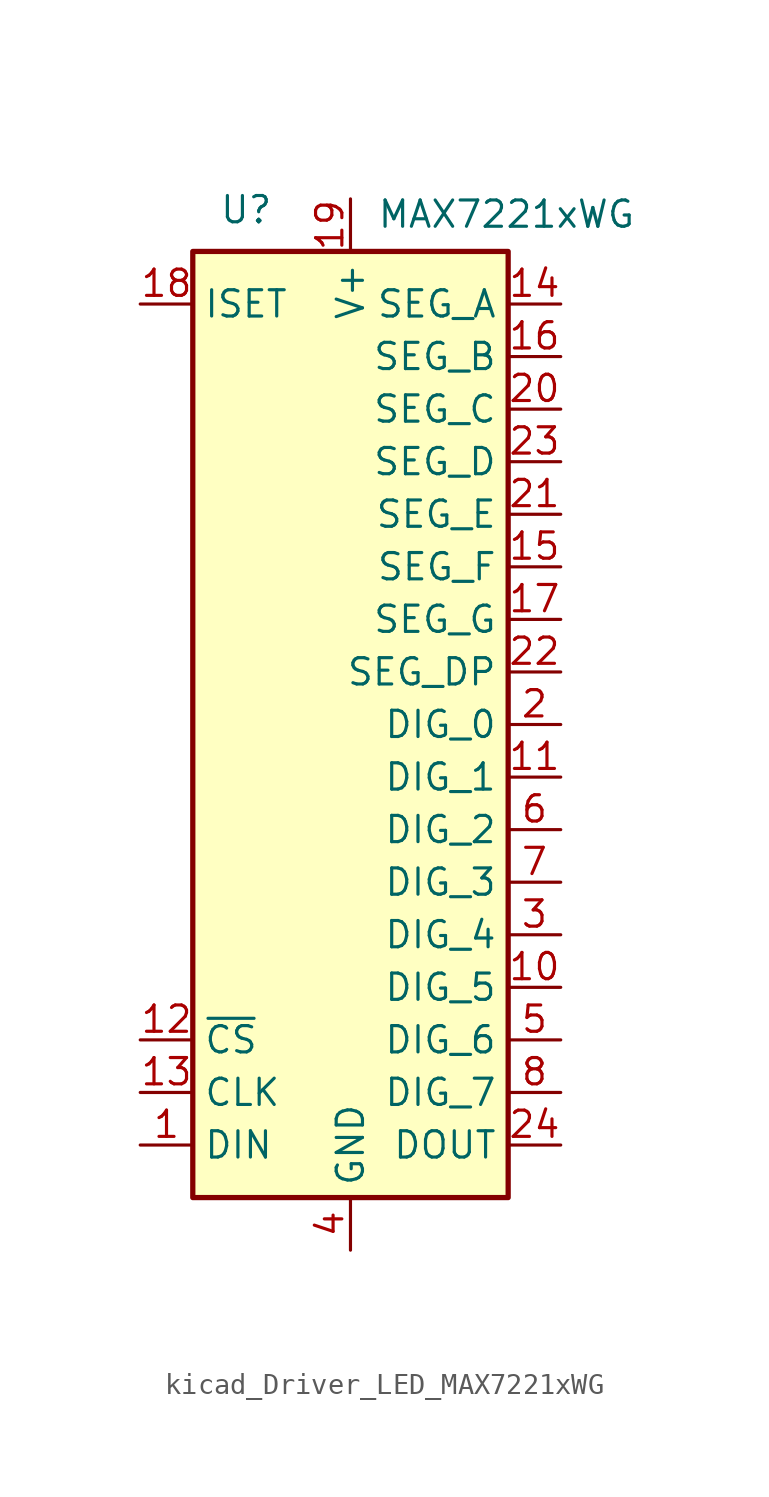
<source format=kicad_sym>
(kicad_symbol_lib
  (version 20220914)
  (generator kicad_symbol_editor)
  (symbol "kicad_Driver_LED_MAX7221xWG"
    (property "Reference" "U"
      (at -6.35 24.13 0)
      (effects (font (size 1.27 1.27)) (justify left bottom)))
    (property "Value" "MAX7221xWG"
      (at 1.27 25.4 0)
      (effects (font (size 1.27 1.27)) (justify left top)))
    (symbol "kicad_Driver_LED_MAX7221xWG_0_1"
      (rectangle (start -7.62 22.86) (end 7.62 -22.86) (stroke (width 0.254) (type default)) (fill (type background))))
    (symbol "kicad_Driver_LED_MAX7221xWG_1_1"
      (pin input line (at -10.16 -20.32 0) (length 2.54) (name "DIN" (effects (font (size 1.27 1.27)))) (number "1" (effects (font (size 1.27 1.27)))))
      (pin open_collector line (at 10.16 -12.7 180) (length 2.54) (name "DIG_5" (effects (font (size 1.27 1.27)))) (number "10" (effects (font (size 1.27 1.27)))))
      (pin open_collector line (at 10.16 -2.54 180) (length 2.54) (name "DIG_1" (effects (font (size 1.27 1.27)))) (number "11" (effects (font (size 1.27 1.27)))))
      (pin input line (at -10.16 -15.24 0) (length 2.54) (name "~{CS}" (effects (font (size 1.27 1.27)))) (number "12" (effects (font (size 1.27 1.27)))))
      (pin input line (at -10.16 -17.78 0) (length 2.54) (name "CLK" (effects (font (size 1.27 1.27)))) (number "13" (effects (font (size 1.27 1.27)))))
      (pin open_emitter line (at 10.16 20.32 180) (length 2.54) (name "SEG_A" (effects (font (size 1.27 1.27)))) (number "14" (effects (font (size 1.27 1.27)))))
      (pin open_emitter line (at 10.16 7.62 180) (length 2.54) (name "SEG_F" (effects (font (size 1.27 1.27)))) (number "15" (effects (font (size 1.27 1.27)))))
      (pin open_emitter line (at 10.16 17.78 180) (length 2.54) (name "SEG_B" (effects (font (size 1.27 1.27)))) (number "16" (effects (font (size 1.27 1.27)))))
      (pin open_emitter line (at 10.16 5.08 180) (length 2.54) (name "SEG_G" (effects (font (size 1.27 1.27)))) (number "17" (effects (font (size 1.27 1.27)))))
      (pin input line (at -10.16 20.32 0) (length 2.54) (name "ISET" (effects (font (size 1.27 1.27)))) (number "18" (effects (font (size 1.27 1.27)))))
      (pin power_in line (at 0 25.4 270) (length 2.54) (name "V+" (effects (font (size 1.27 1.27)))) (number "19" (effects (font (size 1.27 1.27)))))
      (pin open_collector line (at 10.16 0 180) (length 2.54) (name "DIG_0" (effects (font (size 1.27 1.27)))) (number "2" (effects (font (size 1.27 1.27)))))
      (pin open_emitter line (at 10.16 15.24 180) (length 2.54) (name "SEG_C" (effects (font (size 1.27 1.27)))) (number "20" (effects (font (size 1.27 1.27)))))
      (pin open_emitter line (at 10.16 10.16 180) (length 2.54) (name "SEG_E" (effects (font (size 1.27 1.27)))) (number "21" (effects (font (size 1.27 1.27)))))
      (pin open_emitter line (at 10.16 2.54 180) (length 2.54) (name "SEG_DP" (effects (font (size 1.27 1.27)))) (number "22" (effects (font (size 1.27 1.27)))))
      (pin open_emitter line (at 10.16 12.7 180) (length 2.54) (name "SEG_D" (effects (font (size 1.27 1.27)))) (number "23" (effects (font (size 1.27 1.27)))))
      (pin output line (at 10.16 -20.32 180) (length 2.54) (name "DOUT" (effects (font (size 1.27 1.27)))) (number "24" (effects (font (size 1.27 1.27)))))
      (pin open_collector line (at 10.16 -10.16 180) (length 2.54) (name "DIG_4" (effects (font (size 1.27 1.27)))) (number "3" (effects (font (size 1.27 1.27)))))
      (pin power_in line (at 0 -25.4 90) (length 2.54) (name "GND" (effects (font (size 1.27 1.27)))) (number "4" (effects (font (size 1.27 1.27)))))
      (pin open_collector line (at 10.16 -15.24 180) (length 2.54) (name "DIG_6" (effects (font (size 1.27 1.27)))) (number "5" (effects (font (size 1.27 1.27)))))
      (pin open_collector line (at 10.16 -5.08 180) (length 2.54) (name "DIG_2" (effects (font (size 1.27 1.27)))) (number "6" (effects (font (size 1.27 1.27)))))
      (pin open_collector line (at 10.16 -7.62 180) (length 2.54) (name "DIG_3" (effects (font (size 1.27 1.27)))) (number "7" (effects (font (size 1.27 1.27)))))
      (pin open_collector line (at 10.16 -17.78 180) (length 2.54) (name "DIG_7" (effects (font (size 1.27 1.27)))) (number "8" (effects (font (size 1.27 1.27)))))
      (pin passive line (at 0 -25.4 90) (length 2.54) hide (name "GND" (effects (font (size 1.27 1.27)))) (number "9" (effects (font (size 1.27 1.27))))))))
</source>
